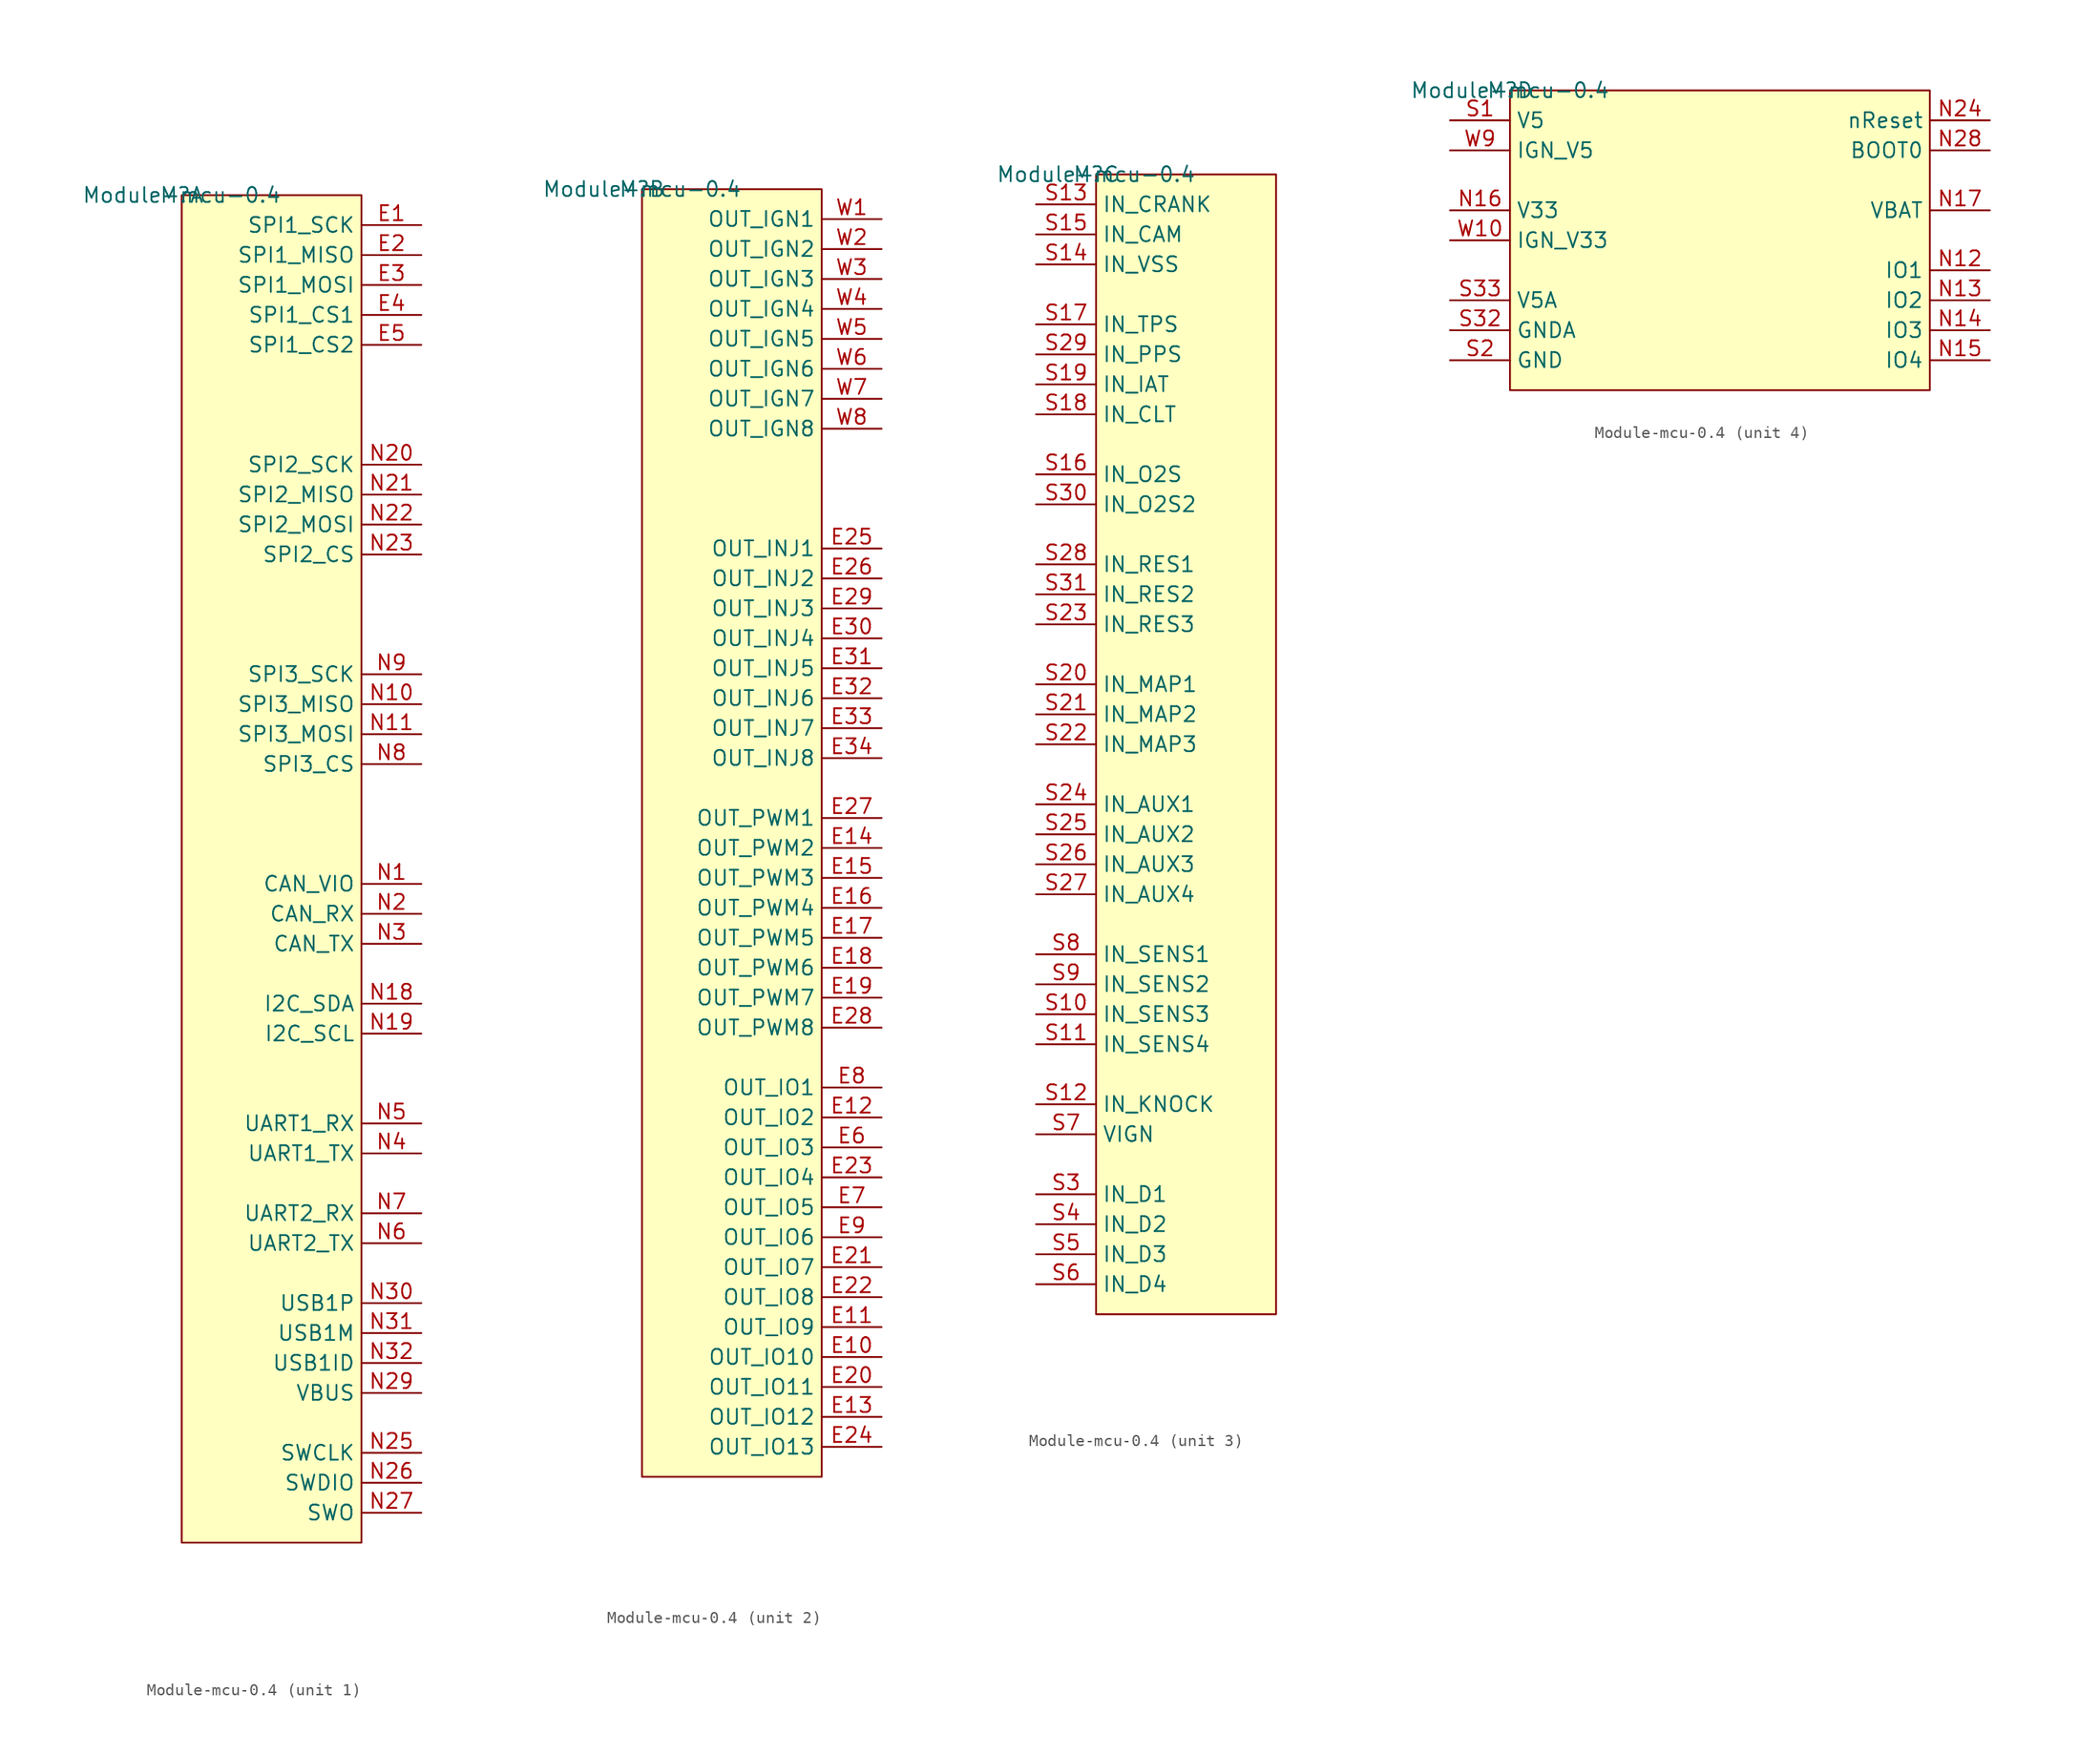
<source format=kicad_sym>
(kicad_symbol_lib
  (version 20201005)
  (generator kicad_symbol_editor)
  (symbol "mcu:Module-mcu-0.4"
    (property "Reference" "M"
      (at 0 0 0)
      (effects (font (size 1.27 1.27))))
    (property "Value" "Module-mcu-0.4"
      (at 0 0 0)
      (effects (font (size 1.27 1.27))))
    (symbol "Module-mcu-0.4_1_0"
      (rectangle (start 15.24 0) (end 0 -114.3) (stroke (width 0)) (fill (type background)))
      (pin passive line (at 20.32 -2.54 180) (length 5.08) (name "SPI1_SCK" (effects (font (size 1.27 1.27)))) (number "E1" (effects (font (size 1.27 1.27)))))
      (pin passive line (at 20.32 -5.08 180) (length 5.08) (name "SPI1_MISO" (effects (font (size 1.27 1.27)))) (number "E2" (effects (font (size 1.27 1.27)))))
      (pin passive line (at 20.32 -7.62 180) (length 5.08) (name "SPI1_MOSI" (effects (font (size 1.27 1.27)))) (number "E3" (effects (font (size 1.27 1.27)))))
      (pin passive line (at 20.32 -10.16 180) (length 5.08) (name "SPI1_CS1" (effects (font (size 1.27 1.27)))) (number "E4" (effects (font (size 1.27 1.27)))))
      (pin passive line (at 20.32 -12.7 180) (length 5.08) (name "SPI1_CS2" (effects (font (size 1.27 1.27)))) (number "E5" (effects (font (size 1.27 1.27)))))
      (pin passive line (at 20.32 -58.42 180) (length 5.08) (name "CAN_VIO" (effects (font (size 1.27 1.27)))) (number "N1" (effects (font (size 1.27 1.27)))))
      (pin passive line (at 20.32 -43.18 180) (length 5.08) (name "SPI3_MISO" (effects (font (size 1.27 1.27)))) (number "N10" (effects (font (size 1.27 1.27)))))
      (pin passive line (at 20.32 -45.72 180) (length 5.08) (name "SPI3_MOSI" (effects (font (size 1.27 1.27)))) (number "N11" (effects (font (size 1.27 1.27)))))
      (pin passive line (at 20.32 -68.58 180) (length 5.08) (name "I2C_SDA" (effects (font (size 1.27 1.27)))) (number "N18" (effects (font (size 1.27 1.27)))))
      (pin passive line (at 20.32 -71.12 180) (length 5.08) (name "I2C_SCL" (effects (font (size 1.27 1.27)))) (number "N19" (effects (font (size 1.27 1.27)))))
      (pin passive line (at 20.32 -60.96 180) (length 5.08) (name "CAN_RX" (effects (font (size 1.27 1.27)))) (number "N2" (effects (font (size 1.27 1.27)))))
      (pin passive line (at 20.32 -22.86 180) (length 5.08) (name "SPI2_SCK" (effects (font (size 1.27 1.27)))) (number "N20" (effects (font (size 1.27 1.27)))))
      (pin passive line (at 20.32 -25.4 180) (length 5.08) (name "SPI2_MISO" (effects (font (size 1.27 1.27)))) (number "N21" (effects (font (size 1.27 1.27)))))
      (pin passive line (at 20.32 -27.94 180) (length 5.08) (name "SPI2_MOSI" (effects (font (size 1.27 1.27)))) (number "N22" (effects (font (size 1.27 1.27)))))
      (pin passive line (at 20.32 -30.48 180) (length 5.08) (name "SPI2_CS" (effects (font (size 1.27 1.27)))) (number "N23" (effects (font (size 1.27 1.27)))))
      (pin passive line (at 20.32 -106.68 180) (length 5.08) (name "SWCLK" (effects (font (size 1.27 1.27)))) (number "N25" (effects (font (size 1.27 1.27)))))
      (pin passive line (at 20.32 -109.22 180) (length 5.08) (name "SWDIO" (effects (font (size 1.27 1.27)))) (number "N26" (effects (font (size 1.27 1.27)))))
      (pin passive line (at 20.32 -111.76 180) (length 5.08) (name "SWO" (effects (font (size 1.27 1.27)))) (number "N27" (effects (font (size 1.27 1.27)))))
      (pin passive line (at 20.32 -101.6 180) (length 5.08) (name "VBUS" (effects (font (size 1.27 1.27)))) (number "N29" (effects (font (size 1.27 1.27)))))
      (pin passive line (at 20.32 -63.5 180) (length 5.08) (name "CAN_TX" (effects (font (size 1.27 1.27)))) (number "N3" (effects (font (size 1.27 1.27)))))
      (pin passive line (at 20.32 -93.98 180) (length 5.08) (name "USB1P" (effects (font (size 1.27 1.27)))) (number "N30" (effects (font (size 1.27 1.27)))))
      (pin passive line (at 20.32 -96.52 180) (length 5.08) (name "USB1M" (effects (font (size 1.27 1.27)))) (number "N31" (effects (font (size 1.27 1.27)))))
      (pin passive line (at 20.32 -99.06 180) (length 5.08) (name "USB1ID" (effects (font (size 1.27 1.27)))) (number "N32" (effects (font (size 1.27 1.27)))))
      (pin passive line (at 20.32 -81.28 180) (length 5.08) (name "UART1_TX" (effects (font (size 1.27 1.27)))) (number "N4" (effects (font (size 1.27 1.27)))))
      (pin passive line (at 20.32 -78.74 180) (length 5.08) (name "UART1_RX" (effects (font (size 1.27 1.27)))) (number "N5" (effects (font (size 1.27 1.27)))))
      (pin passive line (at 20.32 -88.9 180) (length 5.08) (name "UART2_TX" (effects (font (size 1.27 1.27)))) (number "N6" (effects (font (size 1.27 1.27)))))
      (pin passive line (at 20.32 -86.36 180) (length 5.08) (name "UART2_RX" (effects (font (size 1.27 1.27)))) (number "N7" (effects (font (size 1.27 1.27)))))
      (pin passive line (at 20.32 -48.26 180) (length 5.08) (name "SPI3_CS" (effects (font (size 1.27 1.27)))) (number "N8" (effects (font (size 1.27 1.27)))))
      (pin passive line (at 20.32 -40.64 180) (length 5.08) (name "SPI3_SCK" (effects (font (size 1.27 1.27)))) (number "N9" (effects (font (size 1.27 1.27))))))
    (symbol "Module-mcu-0.4_2_0"
      (rectangle (start 15.24 0) (end 0 -109.22) (stroke (width 0)) (fill (type background)))
      (pin passive line (at 20.32 -99.06 180) (length 5.08) (name "OUT_IO10" (effects (font (size 1.27 1.27)))) (number "E10" (effects (font (size 1.27 1.27)))))
      (pin passive line (at 20.32 -96.52 180) (length 5.08) (name "OUT_IO9" (effects (font (size 1.27 1.27)))) (number "E11" (effects (font (size 1.27 1.27)))))
      (pin passive line (at 20.32 -78.74 180) (length 5.08) (name "OUT_IO2" (effects (font (size 1.27 1.27)))) (number "E12" (effects (font (size 1.27 1.27)))))
      (pin passive line (at 20.32 -104.14 180) (length 5.08) (name "OUT_IO12" (effects (font (size 1.27 1.27)))) (number "E13" (effects (font (size 1.27 1.27)))))
      (pin passive line (at 20.32 -55.88 180) (length 5.08) (name "OUT_PWM2" (effects (font (size 1.27 1.27)))) (number "E14" (effects (font (size 1.27 1.27)))))
      (pin passive line (at 20.32 -58.42 180) (length 5.08) (name "OUT_PWM3" (effects (font (size 1.27 1.27)))) (number "E15" (effects (font (size 1.27 1.27)))))
      (pin passive line (at 20.32 -60.96 180) (length 5.08) (name "OUT_PWM4" (effects (font (size 1.27 1.27)))) (number "E16" (effects (font (size 1.27 1.27)))))
      (pin passive line (at 20.32 -63.5 180) (length 5.08) (name "OUT_PWM5" (effects (font (size 1.27 1.27)))) (number "E17" (effects (font (size 1.27 1.27)))))
      (pin passive line (at 20.32 -66.04 180) (length 5.08) (name "OUT_PWM6" (effects (font (size 1.27 1.27)))) (number "E18" (effects (font (size 1.27 1.27)))))
      (pin passive line (at 20.32 -68.58 180) (length 5.08) (name "OUT_PWM7" (effects (font (size 1.27 1.27)))) (number "E19" (effects (font (size 1.27 1.27)))))
      (pin passive line (at 20.32 -101.6 180) (length 5.08) (name "OUT_IO11" (effects (font (size 1.27 1.27)))) (number "E20" (effects (font (size 1.27 1.27)))))
      (pin passive line (at 20.32 -91.44 180) (length 5.08) (name "OUT_IO7" (effects (font (size 1.27 1.27)))) (number "E21" (effects (font (size 1.27 1.27)))))
      (pin passive line (at 20.32 -93.98 180) (length 5.08) (name "OUT_IO8" (effects (font (size 1.27 1.27)))) (number "E22" (effects (font (size 1.27 1.27)))))
      (pin passive line (at 20.32 -83.82 180) (length 5.08) (name "OUT_IO4" (effects (font (size 1.27 1.27)))) (number "E23" (effects (font (size 1.27 1.27)))))
      (pin passive line (at 20.32 -106.68 180) (length 5.08) (name "OUT_IO13" (effects (font (size 1.27 1.27)))) (number "E24" (effects (font (size 1.27 1.27)))))
      (pin passive line (at 20.32 -30.48 180) (length 5.08) (name "OUT_INJ1" (effects (font (size 1.27 1.27)))) (number "E25" (effects (font (size 1.27 1.27)))))
      (pin passive line (at 20.32 -33.02 180) (length 5.08) (name "OUT_INJ2" (effects (font (size 1.27 1.27)))) (number "E26" (effects (font (size 1.27 1.27)))))
      (pin passive line (at 20.32 -53.34 180) (length 5.08) (name "OUT_PWM1" (effects (font (size 1.27 1.27)))) (number "E27" (effects (font (size 1.27 1.27)))))
      (pin passive line (at 20.32 -71.12 180) (length 5.08) (name "OUT_PWM8" (effects (font (size 1.27 1.27)))) (number "E28" (effects (font (size 1.27 1.27)))))
      (pin passive line (at 20.32 -35.56 180) (length 5.08) (name "OUT_INJ3" (effects (font (size 1.27 1.27)))) (number "E29" (effects (font (size 1.27 1.27)))))
      (pin passive line (at 20.32 -38.1 180) (length 5.08) (name "OUT_INJ4" (effects (font (size 1.27 1.27)))) (number "E30" (effects (font (size 1.27 1.27)))))
      (pin passive line (at 20.32 -40.64 180) (length 5.08) (name "OUT_INJ5" (effects (font (size 1.27 1.27)))) (number "E31" (effects (font (size 1.27 1.27)))))
      (pin passive line (at 20.32 -43.18 180) (length 5.08) (name "OUT_INJ6" (effects (font (size 1.27 1.27)))) (number "E32" (effects (font (size 1.27 1.27)))))
      (pin passive line (at 20.32 -45.72 180) (length 5.08) (name "OUT_INJ7" (effects (font (size 1.27 1.27)))) (number "E33" (effects (font (size 1.27 1.27)))))
      (pin passive line (at 20.32 -48.26 180) (length 5.08) (name "OUT_INJ8" (effects (font (size 1.27 1.27)))) (number "E34" (effects (font (size 1.27 1.27)))))
      (pin passive line (at 20.32 -81.28 180) (length 5.08) (name "OUT_IO3" (effects (font (size 1.27 1.27)))) (number "E6" (effects (font (size 1.27 1.27)))))
      (pin passive line (at 20.32 -86.36 180) (length 5.08) (name "OUT_IO5" (effects (font (size 1.27 1.27)))) (number "E7" (effects (font (size 1.27 1.27)))))
      (pin passive line (at 20.32 -76.2 180) (length 5.08) (name "OUT_IO1" (effects (font (size 1.27 1.27)))) (number "E8" (effects (font (size 1.27 1.27)))))
      (pin passive line (at 20.32 -88.9 180) (length 5.08) (name "OUT_IO6" (effects (font (size 1.27 1.27)))) (number "E9" (effects (font (size 1.27 1.27)))))
      (pin passive line (at 20.32 -2.54 180) (length 5.08) (name "OUT_IGN1" (effects (font (size 1.27 1.27)))) (number "W1" (effects (font (size 1.27 1.27)))))
      (pin passive line (at 20.32 -5.08 180) (length 5.08) (name "OUT_IGN2" (effects (font (size 1.27 1.27)))) (number "W2" (effects (font (size 1.27 1.27)))))
      (pin passive line (at 20.32 -7.62 180) (length 5.08) (name "OUT_IGN3" (effects (font (size 1.27 1.27)))) (number "W3" (effects (font (size 1.27 1.27)))))
      (pin passive line (at 20.32 -10.16 180) (length 5.08) (name "OUT_IGN4" (effects (font (size 1.27 1.27)))) (number "W4" (effects (font (size 1.27 1.27)))))
      (pin passive line (at 20.32 -12.7 180) (length 5.08) (name "OUT_IGN5" (effects (font (size 1.27 1.27)))) (number "W5" (effects (font (size 1.27 1.27)))))
      (pin passive line (at 20.32 -15.24 180) (length 5.08) (name "OUT_IGN6" (effects (font (size 1.27 1.27)))) (number "W6" (effects (font (size 1.27 1.27)))))
      (pin passive line (at 20.32 -17.78 180) (length 5.08) (name "OUT_IGN7" (effects (font (size 1.27 1.27)))) (number "W7" (effects (font (size 1.27 1.27)))))
      (pin passive line (at 20.32 -20.32 180) (length 5.08) (name "OUT_IGN8" (effects (font (size 1.27 1.27)))) (number "W8" (effects (font (size 1.27 1.27))))))
    (symbol "Module-mcu-0.4_3_0"
      (rectangle (start 15.24 0) (end 0 -96.52) (stroke (width 0)) (fill (type background)))
      (pin passive line (at -5.08 -71.12 0) (length 5.08) (name "IN_SENS3" (effects (font (size 1.27 1.27)))) (number "S10" (effects (font (size 1.27 1.27)))))
      (pin passive line (at -5.08 -73.66 0) (length 5.08) (name "IN_SENS4" (effects (font (size 1.27 1.27)))) (number "S11" (effects (font (size 1.27 1.27)))))
      (pin passive line (at -5.08 -78.74 0) (length 5.08) (name "IN_KNOCK" (effects (font (size 1.27 1.27)))) (number "S12" (effects (font (size 1.27 1.27)))))
      (pin passive line (at -5.08 -2.54 0) (length 5.08) (name "IN_CRANK" (effects (font (size 1.27 1.27)))) (number "S13" (effects (font (size 1.27 1.27)))))
      (pin passive line (at -5.08 -7.62 0) (length 5.08) (name "IN_VSS" (effects (font (size 1.27 1.27)))) (number "S14" (effects (font (size 1.27 1.27)))))
      (pin passive line (at -5.08 -5.08 0) (length 5.08) (name "IN_CAM" (effects (font (size 1.27 1.27)))) (number "S15" (effects (font (size 1.27 1.27)))))
      (pin passive line (at -5.08 -25.4 0) (length 5.08) (name "IN_O2S" (effects (font (size 1.27 1.27)))) (number "S16" (effects (font (size 1.27 1.27)))))
      (pin passive line (at -5.08 -12.7 0) (length 5.08) (name "IN_TPS" (effects (font (size 1.27 1.27)))) (number "S17" (effects (font (size 1.27 1.27)))))
      (pin passive line (at -5.08 -20.32 0) (length 5.08) (name "IN_CLT" (effects (font (size 1.27 1.27)))) (number "S18" (effects (font (size 1.27 1.27)))))
      (pin passive line (at -5.08 -17.78 0) (length 5.08) (name "IN_IAT" (effects (font (size 1.27 1.27)))) (number "S19" (effects (font (size 1.27 1.27)))))
      (pin passive line (at -5.08 -43.18 0) (length 5.08) (name "IN_MAP1" (effects (font (size 1.27 1.27)))) (number "S20" (effects (font (size 1.27 1.27)))))
      (pin passive line (at -5.08 -45.72 0) (length 5.08) (name "IN_MAP2" (effects (font (size 1.27 1.27)))) (number "S21" (effects (font (size 1.27 1.27)))))
      (pin passive line (at -5.08 -48.26 0) (length 5.08) (name "IN_MAP3" (effects (font (size 1.27 1.27)))) (number "S22" (effects (font (size 1.27 1.27)))))
      (pin passive line (at -5.08 -38.1 0) (length 5.08) (name "IN_RES3" (effects (font (size 1.27 1.27)))) (number "S23" (effects (font (size 1.27 1.27)))))
      (pin passive line (at -5.08 -53.34 0) (length 5.08) (name "IN_AUX1" (effects (font (size 1.27 1.27)))) (number "S24" (effects (font (size 1.27 1.27)))))
      (pin passive line (at -5.08 -55.88 0) (length 5.08) (name "IN_AUX2" (effects (font (size 1.27 1.27)))) (number "S25" (effects (font (size 1.27 1.27)))))
      (pin passive line (at -5.08 -58.42 0) (length 5.08) (name "IN_AUX3" (effects (font (size 1.27 1.27)))) (number "S26" (effects (font (size 1.27 1.27)))))
      (pin passive line (at -5.08 -60.96 0) (length 5.08) (name "IN_AUX4" (effects (font (size 1.27 1.27)))) (number "S27" (effects (font (size 1.27 1.27)))))
      (pin passive line (at -5.08 -33.02 0) (length 5.08) (name "IN_RES1" (effects (font (size 1.27 1.27)))) (number "S28" (effects (font (size 1.27 1.27)))))
      (pin passive line (at -5.08 -15.24 0) (length 5.08) (name "IN_PPS" (effects (font (size 1.27 1.27)))) (number "S29" (effects (font (size 1.27 1.27)))))
      (pin passive line (at -5.08 -86.36 0) (length 5.08) (name "IN_D1" (effects (font (size 1.27 1.27)))) (number "S3" (effects (font (size 1.27 1.27)))))
      (pin passive line (at -5.08 -27.94 0) (length 5.08) (name "IN_O2S2" (effects (font (size 1.27 1.27)))) (number "S30" (effects (font (size 1.27 1.27)))))
      (pin passive line (at -5.08 -35.56 0) (length 5.08) (name "IN_RES2" (effects (font (size 1.27 1.27)))) (number "S31" (effects (font (size 1.27 1.27)))))
      (pin passive line (at -5.08 -88.9 0) (length 5.08) (name "IN_D2" (effects (font (size 1.27 1.27)))) (number "S4" (effects (font (size 1.27 1.27)))))
      (pin passive line (at -5.08 -91.44 0) (length 5.08) (name "IN_D3" (effects (font (size 1.27 1.27)))) (number "S5" (effects (font (size 1.27 1.27)))))
      (pin passive line (at -5.08 -93.98 0) (length 5.08) (name "IN_D4" (effects (font (size 1.27 1.27)))) (number "S6" (effects (font (size 1.27 1.27)))))
      (pin passive line (at -5.08 -81.28 0) (length 5.08) (name "VIGN" (effects (font (size 1.27 1.27)))) (number "S7" (effects (font (size 1.27 1.27)))))
      (pin passive line (at -5.08 -66.04 0) (length 5.08) (name "IN_SENS1" (effects (font (size 1.27 1.27)))) (number "S8" (effects (font (size 1.27 1.27)))))
      (pin passive line (at -5.08 -68.58 0) (length 5.08) (name "IN_SENS2" (effects (font (size 1.27 1.27)))) (number "S9" (effects (font (size 1.27 1.27))))))
    (symbol "Module-mcu-0.4_4_0"
      (rectangle (start 35.56 0) (end 0 -25.4) (stroke (width 0)) (fill (type background)))
      (pin passive line (at 40.64 -15.24 180) (length 5.08) (name "IO1" (effects (font (size 1.27 1.27)))) (number "N12" (effects (font (size 1.27 1.27)))))
      (pin passive line (at 40.64 -17.78 180) (length 5.08) (name "IO2" (effects (font (size 1.27 1.27)))) (number "N13" (effects (font (size 1.27 1.27)))))
      (pin passive line (at 40.64 -20.32 180) (length 5.08) (name "IO3" (effects (font (size 1.27 1.27)))) (number "N14" (effects (font (size 1.27 1.27)))))
      (pin passive line (at 40.64 -22.86 180) (length 5.08) (name "IO4" (effects (font (size 1.27 1.27)))) (number "N15" (effects (font (size 1.27 1.27)))))
      (pin passive line (at -5.08 -10.16 0) (length 5.08) (name "V33" (effects (font (size 1.27 1.27)))) (number "N16" (effects (font (size 1.27 1.27)))))
      (pin passive line (at 40.64 -10.16 180) (length 5.08) (name "VBAT" (effects (font (size 1.27 1.27)))) (number "N17" (effects (font (size 1.27 1.27)))))
      (pin passive line (at 40.64 -2.54 180) (length 5.08) (name "nReset" (effects (font (size 1.27 1.27)))) (number "N24" (effects (font (size 1.27 1.27)))))
      (pin passive line (at 40.64 -5.08 180) (length 5.08) (name "BOOT0" (effects (font (size 1.27 1.27)))) (number "N28" (effects (font (size 1.27 1.27)))))
      (pin passive line (at -5.08 -2.54 0) (length 5.08) (name "V5" (effects (font (size 1.27 1.27)))) (number "S1" (effects (font (size 1.27 1.27)))))
      (pin passive line (at -5.08 -22.86 0) (length 5.08) (name "GND" (effects (font (size 1.27 1.27)))) (number "S2" (effects (font (size 1.27 1.27)))))
      (pin passive line (at -5.08 -20.32 0) (length 5.08) (name "GNDA" (effects (font (size 1.27 1.27)))) (number "S32" (effects (font (size 1.27 1.27)))))
      (pin passive line (at -5.08 -17.78 0) (length 5.08) (name "V5A" (effects (font (size 1.27 1.27)))) (number "S33" (effects (font (size 1.27 1.27)))))
      (pin passive line (at -5.08 -12.7 0) (length 5.08) (name "IGN_V33" (effects (font (size 1.27 1.27)))) (number "W10" (effects (font (size 1.27 1.27)))))
      (pin passive line (at -5.08 -5.08 0) (length 5.08) (name "IGN_V5" (effects (font (size 1.27 1.27)))) (number "W9" (effects (font (size 1.27 1.27))))))))
</source>
